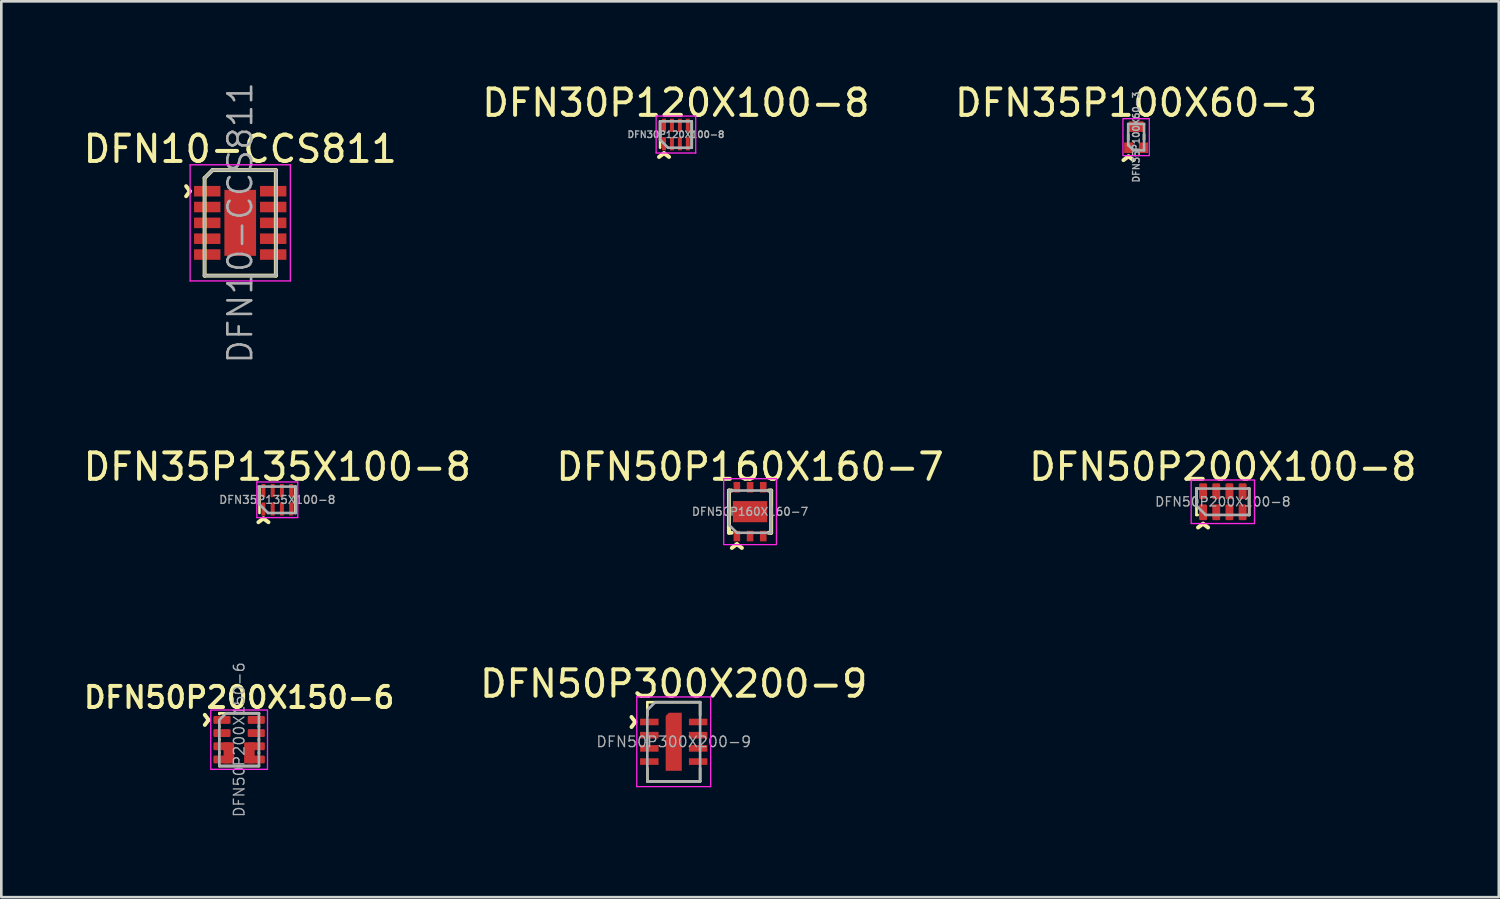
<source format=kicad_pcb>
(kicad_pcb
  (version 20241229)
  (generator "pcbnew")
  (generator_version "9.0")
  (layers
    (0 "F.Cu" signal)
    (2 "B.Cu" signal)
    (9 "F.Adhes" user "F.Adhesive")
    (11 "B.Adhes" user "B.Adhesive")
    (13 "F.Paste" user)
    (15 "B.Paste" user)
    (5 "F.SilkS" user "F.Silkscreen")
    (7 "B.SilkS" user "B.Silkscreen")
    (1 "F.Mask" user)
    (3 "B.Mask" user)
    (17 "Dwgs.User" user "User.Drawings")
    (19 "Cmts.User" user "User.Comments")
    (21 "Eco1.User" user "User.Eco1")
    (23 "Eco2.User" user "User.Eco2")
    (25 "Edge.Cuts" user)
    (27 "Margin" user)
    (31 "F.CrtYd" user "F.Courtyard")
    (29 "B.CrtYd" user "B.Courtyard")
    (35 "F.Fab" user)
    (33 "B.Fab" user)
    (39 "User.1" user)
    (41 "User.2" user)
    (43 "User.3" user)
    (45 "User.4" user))
  (footprint "DFN35P135X100-8"
    (layer "F.Cu")
    (at 7.458 15.89)
    (property "Reference" "DFN35P135X100-8" (at 0 -1.25 0) (unlocked yes) (layer "F.SilkS") (effects (font (size 1 1) (thickness 0.15))))
    (attr smd)
    (fp_line (start -0.675 -0.5) (end -0.675 0.5) (stroke (width 0.1) (type solid)) (layer "F.SilkS"))
    (fp_line (start 0.675 0.5) (end 0.675 -0.5) (stroke (width 0.1) (type solid)) (layer "F.SilkS"))
    (fp_line (start -0.775 -0.675) (end 0.775 -0.675) (stroke (width 0.05) (type solid)) (layer "F.CrtYd"))
    (fp_line (start -0.775 0.675) (end -0.775 -0.675) (stroke (width 0.05) (type solid)) (layer "F.CrtYd"))
    (fp_line (start 0.775 0.675) (end -0.775 0.675) (stroke (width 0.05) (type solid)) (layer "F.CrtYd"))
    (fp_line (start 0.775 0.675) (end 0.775 -0.675) (stroke (width 0.05) (type solid)) (layer "F.CrtYd"))
    (fp_line (start -0.7 -0.5) (end 0.7 -0.5) (stroke (width 0.1) (type solid)) (layer "F.Fab"))
    (fp_line (start -0.7 0.15) (end -0.7 -0.5) (stroke (width 0.1) (type solid)) (layer "F.Fab"))
    (fp_line (start -0.35 0.5) (end -0.7 0.15) (stroke (width 0.1) (type solid)) (layer "F.Fab"))
    (fp_line (start 0.7 -0.5) (end 0.7 0.5) (stroke (width 0.1) (type solid)) (layer "F.Fab"))
    (fp_line (start 0.7 0.5) (end -0.35 0.5) (stroke (width 0.1) (type solid)) (layer "F.Fab"))
    (fp_text user "^" (at -0.525 1.3 0) (unlocked yes) (layer "F.SilkS") (effects (font (size 1 1) (thickness 0.15))))
    (fp_text user "${REFERENCE}" (at 0 0 0) (unlocked yes) (layer "F.Fab") (effects (font (size 0.3 0.3) (thickness 0.05))))
    (pad "1" smd rect (at -0.525 0.35) (size 0.15 0.5) (layers "F.Cu" "F.Mask" "F.Paste"))
    (pad "2" smd rect (at -0.175 0.35) (size 0.15 0.5) (layers "F.Cu" "F.Mask" "F.Paste"))
    (pad "3" smd rect (at 0.175 0.35) (size 0.15 0.5) (layers "F.Cu" "F.Mask" "F.Paste"))
    (pad "4" smd rect (at 0.525 0.35) (size 0.15 0.5) (layers "F.Cu" "F.Mask" "F.Paste"))
    (pad "5" smd rect (at 0.525 -0.35) (size 0.15 0.5) (layers "F.Cu" "F.Mask" "F.Paste"))
    (pad "6" smd rect (at 0.175 -0.35) (size 0.15 0.5) (layers "F.Cu" "F.Mask" "F.Paste"))
    (pad "7" smd rect (at -0.175 -0.35) (size 0.15 0.5) (layers "F.Cu" "F.Mask" "F.Paste"))
    (pad "8" smd rect (at -0.525 -0.35) (size 0.15 0.5) (layers "F.Cu" "F.Mask" "F.Paste")))
  (footprint "DFN35P100X60-3"
    (layer "F.Cu")
    (at 40.006 2.148)
    (property "Reference" "DFN35P100X60-3" (at 0 -1.3 0) (unlocked yes) (layer "F.SilkS") (effects (font (size 1 1) (thickness 0.15))))
    (attr smd)
    (fp_line (start -0.3 0.1) (end -0.3 -0.1) (stroke (width 0.1) (type solid)) (layer "F.SilkS"))
    (fp_line (start 0.3 -0.1) (end 0.3 0.1) (stroke (width 0.1) (type solid)) (layer "F.SilkS"))
    (fp_rect (start -0.5 -0.7) (end 0.5 0.7) (stroke (width 0.05) (type solid)) (fill no) (layer "F.CrtYd"))
    (fp_line (start -0.3 -0.5) (end -0.3 0.3) (stroke (width 0.1) (type solid)) (layer "F.Fab"))
    (fp_line (start -0.3 -0.5) (end 0.3 -0.5) (stroke (width 0.1) (type solid)) (layer "F.Fab"))
    (fp_line (start -0.3 0.3) (end -0.1 0.5) (stroke (width 0.1) (type solid)) (layer "F.Fab"))
    (fp_line (start 0.3 0.5) (end -0.1 0.5) (stroke (width 0.1) (type solid)) (layer "F.Fab"))
    (fp_line (start 0.3 0.5) (end 0.3 -0.5) (stroke (width 0.1) (type solid)) (layer "F.Fab"))
    (fp_text user "^" (at -0.29 1.32 0) (unlocked yes) (layer "F.SilkS") (effects (font (size 1 1) (thickness 0.15))))
    (fp_text user "${REFERENCE}" (at 0 0 90) (unlocked yes) (layer "F.Fab") (effects (font (size 0.25 0.25) (thickness 0.05))))
    (pad "1" smd rect (at -0.28 0.4) (size 0.35 0.4) (layers "F.Cu" "F.Mask" "F.Paste"))
    (pad "2" smd rect (at 0.28 0.4) (size 0.35 0.4) (layers "F.Cu" "F.Mask" "F.Paste"))
    (pad "3" smd rect (at 0 -0.4 90) (size 0.4 0.55) (layers "F.Cu" "F.Mask" "F.Paste")))
  (footprint "DFN30P120X100-8"
    (layer "F.Cu")
    (at 22.565 2.048)
    (property "Reference" "DFN30P120X100-8" (at 0 -1.2 0) (unlocked yes) (layer "F.SilkS") (effects (font (size 1 1) (thickness 0.15))))
    (attr smd)
    (fp_line (start -0.6 -0.5) (end -0.6 0.5) (stroke (width 0.1) (type solid)) (layer "F.SilkS"))
    (fp_line (start 0.6 0.5) (end 0.6 -0.5) (stroke (width 0.1) (type solid)) (layer "F.SilkS"))
    (fp_line (start -0.75 -0.7) (end 0.75 -0.7) (stroke (width 0.05) (type solid)) (layer "F.CrtYd"))
    (fp_line (start -0.75 0.7) (end -0.75 -0.7) (stroke (width 0.05) (type solid)) (layer "F.CrtYd"))
    (fp_line (start -0.75 0.7) (end 0.75 0.7) (stroke (width 0.05) (type solid)) (layer "F.CrtYd"))
    (fp_line (start 0.75 0.7) (end 0.75 -0.7) (stroke (width 0.05) (type solid)) (layer "F.CrtYd"))
    (fp_line (start -0.6 -0.5) (end 0.6 -0.5) (stroke (width 0.1) (type solid)) (layer "F.Fab"))
    (fp_line (start -0.6 0.2) (end -0.6 -0.5) (stroke (width 0.1) (type solid)) (layer "F.Fab"))
    (fp_line (start -0.3 0.5) (end -0.6 0.2) (stroke (width 0.1) (type solid)) (layer "F.Fab"))
    (fp_line (start 0.6 -0.5) (end 0.6 0.5) (stroke (width 0.1) (type solid)) (layer "F.Fab"))
    (fp_line (start 0.6 0.5) (end -0.3 0.5) (stroke (width 0.1) (type solid)) (layer "F.Fab"))
    (fp_text user "^" (at -0.45 1.3 0) (unlocked yes) (layer "F.SilkS") (effects (font (size 1 1) (thickness 0.15))))
    (fp_text user "${REFERENCE}" (at 0 0 0) (unlocked yes) (layer "F.Fab") (effects (font (size 0.25 0.25) (thickness 0.05))))
    (pad "1" smd rect (at -0.45 0.35) (size 0.15 0.5) (layers "F.Cu" "F.Mask" "F.Paste"))
    (pad "2" smd rect (at -0.15 0.35) (size 0.15 0.5) (layers "F.Cu" "F.Mask" "F.Paste"))
    (pad "3" smd rect (at 0.15 0.35) (size 0.15 0.5) (layers "F.Cu" "F.Mask" "F.Paste"))
    (pad "4" smd rect (at 0.45 0.35) (size 0.15 0.5) (layers "F.Cu" "F.Mask" "F.Paste"))
    (pad "5" smd rect (at 0.45 -0.35) (size 0.15 0.5) (layers "F.Cu" "F.Mask" "F.Paste"))
    (pad "6" smd rect (at 0.15 -0.35) (size 0.15 0.5) (layers "F.Cu" "F.Mask" "F.Paste"))
    (pad "7" smd rect (at -0.15 -0.35) (size 0.15 0.5) (layers "F.Cu" "F.Mask" "F.Paste"))
    (pad "8" smd rect (at -0.45 -0.35) (size 0.15 0.5) (layers "F.Cu" "F.Mask" "F.Paste")))
  (footprint "DFN10-CCS811"
    (layer "F.Cu")
    (at 6.054 5.396)
    (property "Reference" "DFN10-CCS811" (at 0 -2.8 0) (layer "F.SilkS") (effects (font (size 1 1) (thickness 0.15))))
    (attr smd)
    (fp_line (start -1.35 -1.7) (end -1.35 2) (stroke (width 0.15) (type solid)) (layer "F.SilkS"))
    (fp_line (start -1.35 -1.7) (end -1.05 -2) (stroke (width 0.15) (type solid)) (layer "F.SilkS"))
    (fp_line (start -1.35 2) (end 1.35 2) (stroke (width 0.15) (type solid)) (layer "F.SilkS"))
    (fp_line (start 1.35 -2) (end -1.05 -2) (stroke (width 0.15) (type solid)) (layer "F.SilkS"))
    (fp_line (start 1.35 2) (end 1.35 -2) (stroke (width 0.15) (type solid)) (layer "F.SilkS"))
    (fp_line (start -1.9 -2.2) (end 1.9 -2.2) (stroke (width 0.05) (type solid)) (layer "F.CrtYd"))
    (fp_line (start -1.9 2.2) (end -1.9 -2.2) (stroke (width 0.05) (type solid)) (layer "F.CrtYd"))
    (fp_line (start -1.9 2.2) (end 1.9 2.2) (stroke (width 0.05) (type solid)) (layer "F.CrtYd"))
    (fp_line (start 1.9 -2.2) (end 1.9 2.2) (stroke (width 0.05) (type solid)) (layer "F.CrtYd"))
    (fp_line (start -1.35 -1.7) (end -1.05 -2) (stroke (width 0.1) (type solid)) (layer "F.Fab"))
    (fp_line (start -1.35 2) (end -1.35 -1.7) (stroke (width 0.1) (type solid)) (layer "F.Fab"))
    (fp_line (start -1.05 -2) (end 1.35 -2) (stroke (width 0.1) (type solid)) (layer "F.Fab"))
    (fp_line (start 1.35 -2) (end 1.35 2) (stroke (width 0.1) (type solid)) (layer "F.Fab"))
    (fp_line (start 1.35 2) (end -1.35 2) (stroke (width 0.1) (type solid)) (layer "F.Fab"))
    (fp_text user "^" (at -2.5 -1.2 270) (unlocked yes) (layer "F.SilkS") (effects (font (size 1 1) (thickness 0.15))))
    (fp_text user "${REFERENCE}" (at 0 0 90) (unlocked yes) (layer "F.Fab") (effects (font (size 0.9 0.9) (thickness 0.1))))
    (pad "1" smd rect (at -1.25 -1.2) (size 1 0.4) (layers "F.Cu" "F.Mask" "F.Paste"))
    (pad "2" smd rect (at -1.25 -0.6) (size 1 0.4) (layers "F.Cu" "F.Mask" "F.Paste"))
    (pad "3" smd rect (at -1.25 0) (size 1 0.4) (layers "F.Cu" "F.Mask" "F.Paste"))
    (pad "4" smd rect (at -1.25 0.6) (size 1 0.4) (layers "F.Cu" "F.Mask" "F.Paste"))
    (pad "5" smd rect (at -1.25 1.2) (size 1 0.4) (layers "F.Cu" "F.Mask" "F.Paste"))
    (pad "6" smd rect (at 1.25 1.2) (size 1 0.4) (layers "F.Cu" "F.Mask" "F.Paste"))
    (pad "7" smd rect (at 1.25 0.6) (size 1 0.4) (layers "F.Cu" "F.Mask" "F.Paste"))
    (pad "8" smd rect (at 1.25 0) (size 1 0.4) (layers "F.Cu" "F.Mask" "F.Paste"))
    (pad "9" smd rect (at 1.25 -0.6) (size 1 0.4) (layers "F.Cu" "F.Mask" "F.Paste"))
    (pad "10" smd rect (at 1.25 -1.2) (size 1 0.4) (layers "F.Cu" "F.Mask" "F.Paste"))
    (pad "11" smd rect (at 0 0) (size 1.2 2.5) (layers "F.Cu" "F.Mask")))
  (footprint "DFN50P200X100-8"
    (layer "F.Cu")
    (at 43.292 15.965)
    (property "Reference" "DFN50P200X100-8" (at 0 -1.325 0) (unlocked yes) (layer "F.SilkS") (effects (font (size 1 1) (thickness 0.15))))
    (attr smd)
    (fp_line (start -1 -0.5) (end -1 0.5) (stroke (width 0.1) (type solid)) (layer "F.SilkS"))
    (fp_line (start -1 -0.5) (end -0.95 -0.5) (stroke (width 0.1) (type solid)) (layer "F.SilkS"))
    (fp_line (start -1 0.5) (end -0.95 0.5) (stroke (width 0.1) (type solid)) (layer "F.SilkS"))
    (fp_line (start 1 -0.5) (end 0.95 -0.5) (stroke (width 0.1) (type solid)) (layer "F.SilkS"))
    (fp_line (start 1 -0.5) (end 1 0.5) (stroke (width 0.1) (type solid)) (layer "F.SilkS"))
    (fp_line (start 1 0.5) (end 0.95 0.5) (stroke (width 0.1) (type solid)) (layer "F.SilkS"))
    (fp_rect (start -1.2 -0.825) (end 1.2 0.825) (stroke (width 0.05) (type solid)) (fill no) (layer "F.CrtYd"))
    (fp_line (start -1 -0.5) (end 1 -0.5) (stroke (width 0.1) (type solid)) (layer "F.Fab"))
    (fp_line (start -1 0.15) (end -1 -0.5) (stroke (width 0.1) (type solid)) (layer "F.Fab"))
    (fp_line (start -0.65 0.5) (end -1 0.15) (stroke (width 0.1) (type solid)) (layer "F.Fab"))
    (fp_line (start 1 -0.5) (end 1 0.5) (stroke (width 0.1) (type solid)) (layer "F.Fab"))
    (fp_line (start 1 0.5) (end -0.65 0.5) (stroke (width 0.1) (type solid)) (layer "F.Fab"))
    (fp_text user "^" (at -0.75 1.425 0) (unlocked yes) (layer "F.SilkS") (effects (font (size 1 1) (thickness 0.15))))
    (fp_text user "${REFERENCE}" (at 0 0 0) (unlocked yes) (layer "F.Fab") (effects (font (size 0.35 0.35) (thickness 0.05))))
    (pad "1" smd roundrect (at -0.75 0.4) (size 0.3 0.6) (layers "F.Cu" "F.Mask" "F.Paste") (roundrect_rratio 0.167))
    (pad "2" smd roundrect (at -0.25 0.4) (size 0.3 0.6) (layers "F.Cu" "F.Mask" "F.Paste") (roundrect_rratio 0.167))
    (pad "3" smd roundrect (at 0.25 0.4) (size 0.3 0.6) (layers "F.Cu" "F.Mask" "F.Paste") (roundrect_rratio 0.167))
    (pad "4" smd roundrect (at 0.75 0.4) (size 0.3 0.6) (layers "F.Cu" "F.Mask" "F.Paste") (roundrect_rratio 0.167))
    (pad "5" smd roundrect (at 0.75 -0.4) (size 0.3 0.6) (layers "F.Cu" "F.Mask" "F.Paste") (roundrect_rratio 0.167))
    (pad "6" smd roundrect (at 0.25 -0.4) (size 0.3 0.6) (layers "F.Cu" "F.Mask" "F.Paste") (roundrect_rratio 0.167))
    (pad "7" smd roundrect (at -0.25 -0.4) (size 0.3 0.6) (layers "F.Cu" "F.Mask" "F.Paste") (roundrect_rratio 0.167))
    (pad "8" smd roundrect (at -0.75 -0.4) (size 0.3 0.6) (layers "F.Cu" "F.Mask" "F.Paste") (roundrect_rratio 0.167)))
  (footprint "DFN50P200X150-6"
    (layer "F.Cu")
    (at 6.012 24.981)
    (property "Reference" "DFN50P200X150-6" (at 0 -1.6 0) (layer "F.SilkS") (effects (font (size 0.8 0.8) (thickness 0.15))))
    (attr smd)
    (fp_line (start -0.75 -1) (end -0.75 -0.975) (stroke (width 0.1) (type default)) (layer "F.SilkS"))
    (fp_line (start -0.75 -0.525) (end -0.75 -0.475) (stroke (width 0.1) (type default)) (layer "F.SilkS"))
    (fp_line (start -0.75 -0.025) (end -0.75 0.025) (stroke (width 0.1) (type default)) (layer "F.SilkS"))
    (fp_line (start -0.75 0.475) (end -0.75 0.525) (stroke (width 0.1) (type default)) (layer "F.SilkS"))
    (fp_line (start -0.75 1) (end -0.75 0.975) (stroke (width 0.1) (type default)) (layer "F.SilkS"))
    (fp_line (start 0.75 -1) (end -0.75 -1) (stroke (width 0.1) (type default)) (layer "F.SilkS"))
    (fp_line (start 0.75 -1) (end 0.75 -0.975) (stroke (width 0.1) (type default)) (layer "F.SilkS"))
    (fp_line (start 0.75 -0.525) (end 0.75 -0.475) (stroke (width 0.1) (type default)) (layer "F.SilkS"))
    (fp_line (start 0.75 -0.025) (end 0.75 0.025) (stroke (width 0.1) (type default)) (layer "F.SilkS"))
    (fp_line (start 0.75 0.475) (end 0.75 0.525) (stroke (width 0.1) (type default)) (layer "F.SilkS"))
    (fp_line (start 0.75 1) (end -0.75 1) (stroke (width 0.1) (type default)) (layer "F.SilkS"))
    (fp_line (start 0.75 1) (end 0.75 0.975) (stroke (width 0.1) (type default)) (layer "F.SilkS"))
    (fp_rect (start -1.075 -1.125) (end 1.075 1.125) (stroke (width 0.05) (type default)) (fill no) (layer "F.CrtYd"))
    (fp_poly (pts (xy 0.75 1) (xy 0.75 -1) (xy -0.5 -1) (xy -0.75 -0.75) (xy -0.75 1)) (stroke (width 0.1) (type solid)) (fill no) (layer "F.Fab"))
    (fp_text user "^" (at -1.75 -0.75 270) (unlocked yes) (layer "F.SilkS") (effects (font (size 1 1) (thickness 0.15))))
    (fp_text user "${REFERENCE}" (at 0 0 90) (layer "F.Fab") (effects (font (size 0.4 0.4) (thickness 0.05))))
    (pad "1" smd roundrect (at -0.65 -0.75) (size 0.65 0.3) (layers "F.Cu" "F.Mask" "F.Paste") (roundrect_rratio 0.167))
    (pad "2" smd roundrect (at -0.65 -0.25) (size 0.65 0.3) (layers "F.Cu" "F.Mask" "F.Paste") (roundrect_rratio 0.167))
    (pad "3" smd roundrect (at -0.65 0.25) (size 0.65 0.3) (layers "F.Cu" "F.Mask" "F.Paste") (roundrect_rratio 0.167))
    (pad "3" smd roundrect (at -0.65 0.75) (size 0.65 0.3) (layers "F.Cu" "F.Mask" "F.Paste") (roundrect_rratio 0.167))
    (pad "3" smd roundrect (at -0.39 0.5) (size 0.4 0.8) (layers "F.Cu" "F.Mask" "F.Paste") (roundrect_rratio 0.077))
    (pad "5" smd roundrect (at 0.39 0.5) (size 0.4 0.8) (layers "F.Cu" "F.Mask" "F.Paste") (roundrect_rratio 0.077))
    (pad "5" smd roundrect (at 0.65 0.25) (size 0.65 0.3) (layers "F.Cu" "F.Mask" "F.Paste") (roundrect_rratio 0.167))
    (pad "5" smd roundrect (at 0.65 0.75) (size 0.65 0.3) (layers "F.Cu" "F.Mask" "F.Paste") (roundrect_rratio 0.167))
    (pad "7" smd roundrect (at 0.65 -0.25) (size 0.65 0.3) (layers "F.Cu" "F.Mask" "F.Paste") (roundrect_rratio 0.167))
    (pad "8" smd roundrect (at 0.65 -0.75) (size 0.65 0.3) (layers "F.Cu" "F.Mask" "F.Paste") (roundrect_rratio 0.167)))
  (footprint "DFN50P160X160-7"
    (layer "F.Cu")
    (at 25.375 16.34)
    (property "Reference" "DFN50P160X160-7" (at 0 -1.7 0) (layer "F.SilkS") (effects (font (size 1 1) (thickness 0.15))))
    (attr smd)
    (fp_line (start -0.8 -0.8) (end -0.8 0.8) (stroke (width 0.15) (type solid)) (layer "F.SilkS"))
    (fp_line (start -0.8 -0.8) (end -0.7 -0.8) (stroke (width 0.15) (type solid)) (layer "F.SilkS"))
    (fp_line (start -0.8 0.8) (end -0.7 0.8) (stroke (width 0.15) (type solid)) (layer "F.SilkS"))
    (fp_line (start 0.7 0.8) (end 0.8 0.8) (stroke (width 0.15) (type solid)) (layer "F.SilkS"))
    (fp_line (start 0.8 -0.8) (end 0.7 -0.8) (stroke (width 0.15) (type solid)) (layer "F.SilkS"))
    (fp_line (start 0.8 0.8) (end 0.8 -0.8) (stroke (width 0.15) (type solid)) (layer "F.SilkS"))
    (fp_poly (pts (xy -0.2 -0.1) (xy 0.2 -0.1) (xy 0.2 0.1) (xy -0.2 0.1)) (stroke (width 0.15) (type solid)) (fill yes) (layer "F.Paste"))
    (fp_rect (start 1 -1.25) (end -1 1.25) (stroke (width 0.05) (type solid)) (fill no) (layer "F.CrtYd"))
    (fp_line (start -0.8 -0.8) (end 0.8 -0.8) (stroke (width 0.1) (type solid)) (layer "F.Fab"))
    (fp_line (start -0.8 0.5) (end -0.8 -0.8) (stroke (width 0.1) (type solid)) (layer "F.Fab"))
    (fp_line (start -0.5 0.8) (end -0.8 0.5) (stroke (width 0.1) (type solid)) (layer "F.Fab"))
    (fp_line (start 0.8 -0.8) (end 0.8 0.8) (stroke (width 0.1) (type solid)) (layer "F.Fab"))
    (fp_line (start 0.8 0.8) (end -0.5 0.8) (stroke (width 0.1) (type solid)) (layer "F.Fab"))
    (fp_text user "^" (at -0.5 1.825 0) (unlocked yes) (layer "F.SilkS") (effects (font (size 1 1) (thickness 0.15))))
    (fp_text user "${REFERENCE}" (at 0 0 0) (unlocked yes) (layer "F.Fab") (effects (font (size 0.3 0.3) (thickness 0.05))))
    (pad "1" smd rect (at -0.5 0.925) (size 0.25 0.4) (layers "F.Cu" "F.Mask" "F.Paste"))
    (pad "2" smd rect (at 0 0.925) (size 0.25 0.4) (layers "F.Cu" "F.Mask" "F.Paste"))
    (pad "3" smd rect (at 0.5 0.925) (size 0.25 0.4) (layers "F.Cu" "F.Mask" "F.Paste"))
    (pad "4" smd rect (at 0.5 -0.925) (size 0.25 0.4) (layers "F.Cu" "F.Mask" "F.Paste"))
    (pad "5" smd rect (at 0 -0.925) (size 0.25 0.4) (layers "F.Cu" "F.Mask" "F.Paste"))
    (pad "6" smd rect (at -0.5 -0.925) (size 0.25 0.4) (layers "F.Cu" "F.Mask" "F.Paste"))
    (pad "7" smd rect (at 0 0) (size 1.3 0.8) (layers "F.Cu" "F.Mask")))
  (footprint "DFN50P300X200-9"
    (layer "F.Cu")
    (at 22.482 25.061)
    (property "Reference" "DFN50P300X200-9" (at 0 -2.2 0) (unlocked yes) (layer "F.SilkS") (effects (font (size 1 1) (thickness 0.15))))
    (attr smd)
    (fp_line (start -1 -1.5) (end 1 -1.5) (stroke (width 0.1) (type solid)) (layer "F.SilkS"))
    (fp_line (start -1 -1) (end -1 -1.5) (stroke (width 0.1) (type solid)) (layer "F.SilkS"))
    (fp_line (start -1 1.5) (end -1 1) (stroke (width 0.1) (type solid)) (layer "F.SilkS"))
    (fp_line (start 1 -1.5) (end 1 -1) (stroke (width 0.1) (type solid)) (layer "F.SilkS"))
    (fp_line (start 1 1) (end 1 1.5) (stroke (width 0.1) (type solid)) (layer "F.SilkS"))
    (fp_line (start 1 1.5) (end -1 1.5) (stroke (width 0.1) (type solid)) (layer "F.SilkS"))
    (fp_line (start -1.4 -1.7) (end 1.4 -1.7) (stroke (width 0.05) (type solid)) (layer "F.CrtYd"))
    (fp_line (start -1.4 1.7) (end -1.4 -1.7) (stroke (width 0.05) (type solid)) (layer "F.CrtYd"))
    (fp_line (start 1.4 -1.7) (end 1.4 1.7) (stroke (width 0.05) (type solid)) (layer "F.CrtYd"))
    (fp_line (start 1.4 1.7) (end -1.4 1.7) (stroke (width 0.05) (type solid)) (layer "F.CrtYd"))
    (fp_line (start -1 1.5) (end -1 -1.2) (stroke (width 0.1) (type solid)) (layer "F.Fab"))
    (fp_line (start -0.7 -1.5) (end -1 -1.2) (stroke (width 0.1) (type solid)) (layer "F.Fab"))
    (fp_line (start -0.7 -1.5) (end 1 -1.5) (stroke (width 0.1) (type solid)) (layer "F.Fab"))
    (fp_line (start 1 -1.5) (end 1 1.5) (stroke (width 0.1) (type solid)) (layer "F.Fab"))
    (fp_line (start 1 1.5) (end -1 1.5) (stroke (width 0.1) (type solid)) (layer "F.Fab"))
    (fp_text user "^" (at -2.05 -0.75 270) (unlocked yes) (layer "F.SilkS") (effects (font (size 1 1) (thickness 0.15))))
    (fp_text user "${REFERENCE}" (at 0 0 0) (unlocked yes) (layer "F.Fab") (effects (font (size 0.4 0.4) (thickness 0.05))))
    (pad "1" smd rect (at -0.925 -0.75 90) (size 0.25 0.7) (layers "F.Cu" "F.Mask" "F.Paste"))
    (pad "2" smd rect (at -0.925 -0.25 90) (size 0.25 0.7) (layers "F.Cu" "F.Mask" "F.Paste"))
    (pad "3" smd rect (at -0.925 0.25 90) (size 0.25 0.7) (layers "F.Cu" "F.Mask" "F.Paste"))
    (pad "4" smd rect (at -0.925 0.75 90) (size 0.25 0.7) (layers "F.Cu" "F.Mask" "F.Paste"))
    (pad "5" smd rect (at 0.925 0.75 90) (size 0.25 0.7) (layers "F.Cu" "F.Mask" "F.Paste"))
    (pad "6" smd rect (at 0.925 0.25 90) (size 0.25 0.7) (layers "F.Cu" "F.Mask" "F.Paste"))
    (pad "7" smd rect (at 0.925 -0.25 90) (size 0.25 0.7) (layers "F.Cu" "F.Mask" "F.Paste"))
    (pad "8" smd rect (at 0.925 -0.75 90) (size 0.25 0.7) (layers "F.Cu" "F.Mask" "F.Paste"))
    (pad "9" smd roundrect (at 0 0 180) (size 0.61 2.2) (layers "F.Cu" "F.Mask" "F.Paste") (roundrect_rratio 0) (chamfer_ratio 0.2) (chamfer bottom_right)))
  (gr_rect
    (start -3 -3)
    (end 53.75 30.95)
    (stroke (width 0.1) (type default))
    (fill no)
    (layer "Edge.Cuts")))
</source>
